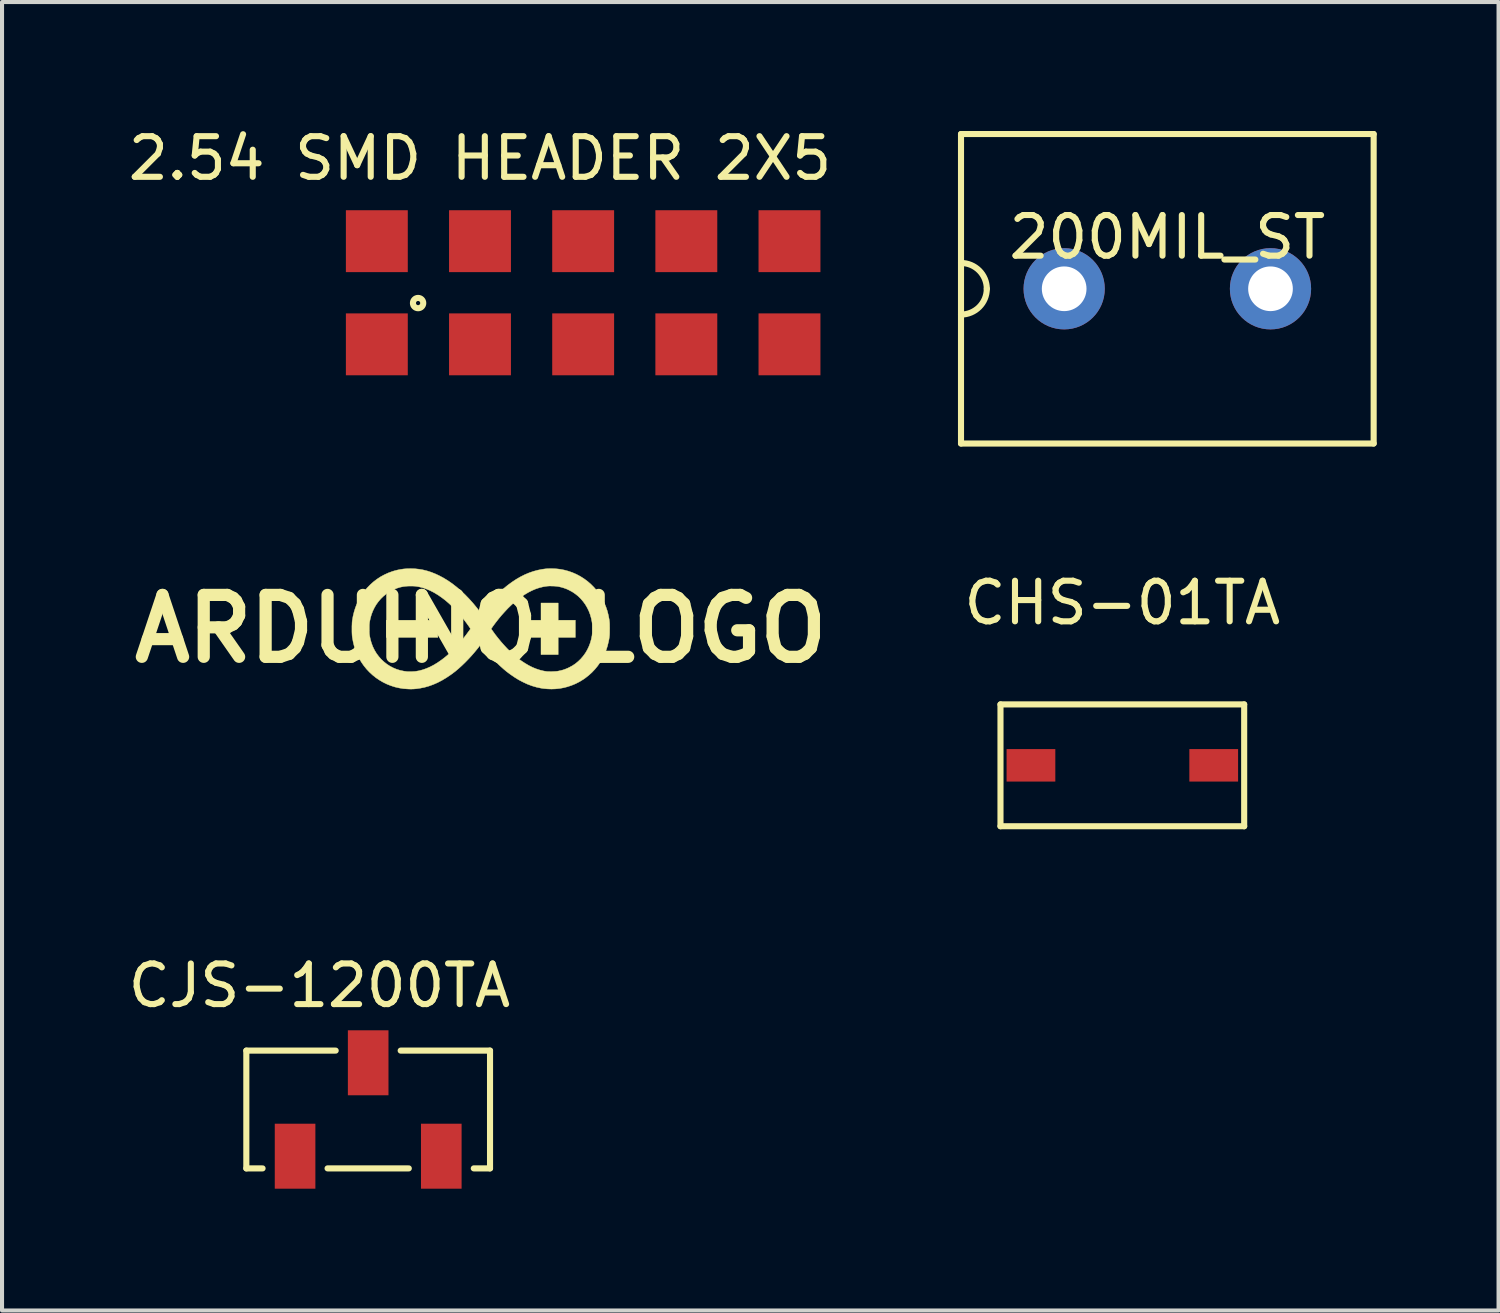
<source format=kicad_pcb>
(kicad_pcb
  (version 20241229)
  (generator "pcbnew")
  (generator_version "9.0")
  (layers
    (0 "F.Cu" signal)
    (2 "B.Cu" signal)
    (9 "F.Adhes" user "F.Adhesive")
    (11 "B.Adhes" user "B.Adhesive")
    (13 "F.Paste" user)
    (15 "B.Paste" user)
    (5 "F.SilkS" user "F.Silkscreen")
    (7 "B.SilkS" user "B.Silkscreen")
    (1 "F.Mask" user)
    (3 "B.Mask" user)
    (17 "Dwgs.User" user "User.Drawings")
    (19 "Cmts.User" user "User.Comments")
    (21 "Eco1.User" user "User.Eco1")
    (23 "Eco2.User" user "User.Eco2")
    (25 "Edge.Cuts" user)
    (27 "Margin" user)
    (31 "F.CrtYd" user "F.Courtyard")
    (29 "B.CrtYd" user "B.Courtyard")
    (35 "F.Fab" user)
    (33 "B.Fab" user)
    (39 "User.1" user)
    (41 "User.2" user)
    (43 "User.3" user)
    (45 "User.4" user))
  (footprint "200MIL_ST"
    (layer "F.Cu")
    (at 25.691 0.25)
    (property "Reference" "200MIL_ST" (at 0 2.54 0) (layer "F.SilkS") (effects (font (size 1 1) (thickness 0.15))))
    (attr through_hole)
    (fp_line (start -5.08 0) (end -5.08 7.62) (stroke (width 0.15) (type solid)) (layer "F.SilkS"))
    (fp_line (start -5.08 0) (end 5.08 0) (stroke (width 0.15) (type solid)) (layer "F.SilkS"))
    (fp_line (start 5.08 0) (end 5.08 7.62) (stroke (width 0.15) (type solid)) (layer "F.SilkS"))
    (fp_line (start 5.08 7.62) (end -5.08 7.62) (stroke (width 0.15) (type solid)) (layer "F.SilkS"))
    (fp_arc (start -5.08 3.175) (mid -4.630987 3.360987) (end -4.445 3.81) (stroke (width 0.15) (type solid)) (layer "F.SilkS"))
    (fp_arc (start -4.445 3.81) (mid -4.630987 4.259013) (end -5.08 4.445) (stroke (width 0.15) (type solid)) (layer "F.SilkS"))
    (pad "1" thru_hole circle (at -2.54 3.81) (size 2 2) (drill 1.1) (layers "*.Cu" "*.Mask"))
    (pad "2" thru_hole circle (at 2.54 3.81) (size 2 2) (drill 1.1) (layers "*.Cu" "*.Mask")))
  (footprint "CHS-01TA"
    (layer "F.Cu")
    (at 24.583 11.293)
    (property "Reference" "CHS-01TA" (at 0 0.5 0) (layer "F.SilkS") (effects (font (size 1 1) (thickness 0.15))))
    (attr through_hole)
    (fp_line (start -3 3) (end 3 3) (stroke (width 0.15) (type solid)) (layer "F.SilkS"))
    (fp_line (start -3 6) (end -3 3) (stroke (width 0.15) (type solid)) (layer "F.SilkS"))
    (fp_line (start 3 3) (end 3 6) (stroke (width 0.15) (type solid)) (layer "F.SilkS"))
    (fp_line (start 3 6) (end -3 6) (stroke (width 0.15) (type solid)) (layer "F.SilkS"))
    (pad "1" connect rect (at -2.25 4.5) (size 1.2 0.8) (layers "F.Cu" "F.Mask"))
    (pad "2" connect rect (at 2.25 4.5) (size 1.2 0.8) (layers "F.Cu" "F.Mask")))
  (footprint "ARDUINO LOGO"
    (layer "F.Cu")
    (at 8.788 12.432)
    (property "Reference" "ARDUINO LOGO" (at 0 0 0) (layer "F.SilkS") (effects (font (size 1.524 1.524) (thickness 0.3))))
    (attr through_hole)
    (fp_poly (pts (xy -1.058 0.212) (xy -2.328 0.212) (xy -2.328 -0.212) (xy -1.058 -0.212) (xy -1.058 0.212)) (stroke (width 0.01) (type solid)) (fill yes) (layer "F.SilkS"))
    (fp_poly (pts (xy 1.905 -0.212) (xy 2.328 -0.212) (xy 2.328 0.212) (xy 1.905 0.212) (xy 1.905 0.635) (xy 1.482 0.635) (xy 1.482 0.212) (xy 1.058 0.212) (xy 1.058 -0.212) (xy 1.482 -0.212) (xy 1.482 -0.635) (xy 1.905 -0.635) (xy 1.905 -0.212)) (stroke (width 0.01) (type solid)) (fill yes) (layer "F.SilkS"))
    (fp_poly (pts (xy 1.749 -1.482) (xy 1.812 -1.48) (xy 1.873 -1.476) (xy 1.932 -1.469) (xy 1.95 -1.467) (xy 2.055 -1.447) (xy 2.158 -1.419) (xy 2.258 -1.384) (xy 2.356 -1.341) (xy 2.45 -1.291) (xy 2.54 -1.234) (xy 2.626 -1.171) (xy 2.707 -1.101) (xy 2.783 -1.025) (xy 2.853 -0.944) (xy 2.917 -0.857) (xy 2.931 -0.834) (xy 2.989 -0.739) (xy 3.039 -0.642) (xy 3.08 -0.541) (xy 3.115 -0.438) (xy 3.142 -0.33) (xy 3.145 -0.313) (xy 3.152 -0.278) (xy 3.158 -0.246) (xy 3.163 -0.218) (xy 3.166 -0.191) (xy 3.169 -0.163) (xy 3.171 -0.134) (xy 3.172 -0.101) (xy 3.172 -0.064) (xy 3.173 -0.02) (xy 3.173 0) (xy 3.172 0.047) (xy 3.172 0.087) (xy 3.171 0.121) (xy 3.17 0.151) (xy 3.167 0.18) (xy 3.164 0.207) (xy 3.16 0.235) (xy 3.155 0.265) (xy 3.148 0.298) (xy 3.145 0.313) (xy 3.119 0.422) (xy 3.085 0.528) (xy 3.044 0.63) (xy 2.995 0.729) (xy 2.94 0.822) (xy 2.878 0.912) (xy 2.809 0.996) (xy 2.734 1.075) (xy 2.653 1.148) (xy 2.566 1.216) (xy 2.522 1.246) (xy 2.429 1.303) (xy 2.333 1.352) (xy 2.234 1.393) (xy 2.131 1.427) (xy 2.043 1.45) (xy 1.944 1.468) (xy 1.842 1.479) (xy 1.738 1.483) (xy 1.635 1.479) (xy 1.533 1.469) (xy 1.477 1.46) (xy 1.368 1.436) (xy 1.259 1.404) (xy 1.15 1.363) (xy 1.042 1.313) (xy 0.933 1.256) (xy 0.825 1.189) (xy 0.717 1.114) (xy 0.633 1.051) (xy 0.558 0.988) (xy 0.48 0.918) (xy 0.401 0.843) (xy 0.322 0.762) (xy 0.243 0.678) (xy 0.166 0.59) (xy 0.092 0.501) (xy 0.021 0.411) (xy 0.01 0.396) (xy 0 0.383) (xy -0.01 0.396) (xy -0.08 0.486) (xy -0.154 0.576) (xy -0.23 0.664) (xy -0.309 0.749) (xy -0.388 0.83) (xy -0.467 0.906) (xy -0.545 0.977) (xy -0.621 1.041) (xy -0.633 1.051) (xy -0.74 1.131) (xy -0.847 1.203) (xy -0.954 1.267) (xy -1.061 1.323) (xy -1.168 1.37) (xy -1.275 1.409) (xy -1.383 1.44) (xy -1.492 1.462) (xy -1.581 1.475) (xy -1.623 1.479) (xy -1.663 1.482) (xy -1.703 1.483) (xy -1.747 1.483) (xy -1.796 1.481) (xy -1.799 1.481) (xy -1.906 1.473) (xy -2.012 1.456) (xy -2.115 1.432) (xy -2.215 1.4) (xy -2.313 1.361) (xy -2.407 1.315) (xy -2.497 1.262) (xy -2.584 1.203) (xy -2.666 1.137) (xy -2.743 1.066) (xy -2.815 0.989) (xy -2.881 0.907) (xy -2.942 0.819) (xy -2.996 0.726) (xy -3.044 0.629) (xy -3.084 0.53) (xy -3.117 0.429) (xy -3.143 0.323) (xy -3.163 0.213) (xy -3.165 0.199) (xy -3.168 0.174) (xy -3.17 0.142) (xy -3.172 0.105) (xy -3.173 0.064) (xy -3.173 0.021) (xy -3.173 0) (xy -2.745 0) (xy -2.745 0.04) (xy -2.745 0.072) (xy -2.744 0.099) (xy -2.743 0.122) (xy -2.741 0.142) (xy -2.738 0.16) (xy -2.738 0.165) (xy -2.719 0.26) (xy -2.692 0.352) (xy -2.659 0.44) (xy -2.618 0.524) (xy -2.57 0.604) (xy -2.515 0.678) (xy -2.454 0.748) (xy -2.453 0.749) (xy -2.386 0.812) (xy -2.314 0.869) (xy -2.237 0.919) (xy -2.157 0.961) (xy -2.073 0.996) (xy -1.986 1.023) (xy -1.895 1.042) (xy -1.829 1.051) (xy -1.81 1.053) (xy -1.784 1.053) (xy -1.754 1.054) (xy -1.722 1.053) (xy -1.69 1.053) (xy -1.659 1.051) (xy -1.633 1.05) (xy -1.613 1.048) (xy -1.612 1.048) (xy -1.522 1.033) (xy -1.432 1.009) (xy -1.34 0.977) (xy -1.248 0.937) (xy -1.154 0.888) (xy -1.061 0.831) (xy -0.966 0.765) (xy -0.895 0.711) (xy -0.819 0.648) (xy -0.742 0.578) (xy -0.665 0.501) (xy -0.587 0.42) (xy -0.51 0.334) (xy -0.436 0.244) (xy -0.364 0.152) (xy -0.295 0.058) (xy -0.284 0.043) (xy -0.254 0) (xy 0.254 0) (xy 0.285 0.043) (xy 0.352 0.137) (xy 0.424 0.229) (xy 0.498 0.319) (xy 0.574 0.405) (xy 0.651 0.488) (xy 0.729 0.565) (xy 0.806 0.636) (xy 0.881 0.7) (xy 0.895 0.711) (xy 0.99 0.783) (xy 1.085 0.846) (xy 1.18 0.902) (xy 1.273 0.949) (xy 1.367 0.987) (xy 1.459 1.017) (xy 1.551 1.039) (xy 1.607 1.048) (xy 1.634 1.051) (xy 1.668 1.052) (xy 1.706 1.053) (xy 1.747 1.053) (xy 1.788 1.051) (xy 1.827 1.049) (xy 1.862 1.047) (xy 1.892 1.043) (xy 1.899 1.042) (xy 1.965 1.028) (xy 2.026 1.012) (xy 2.085 0.991) (xy 2.145 0.966) (xy 2.174 0.952) (xy 2.254 0.909) (xy 2.329 0.859) (xy 2.398 0.802) (xy 2.462 0.74) (xy 2.521 0.671) (xy 2.574 0.598) (xy 2.62 0.52) (xy 2.66 0.437) (xy 2.693 0.35) (xy 2.719 0.26) (xy 2.738 0.166) (xy 2.738 0.165) (xy 2.74 0.147) (xy 2.742 0.127) (xy 2.744 0.106) (xy 2.745 0.08) (xy 2.745 0.049) (xy 2.745 0.011) (xy 2.745 0) (xy 2.745 -0.04) (xy 2.745 -0.072) (xy 2.744 -0.099) (xy 2.743 -0.122) (xy 2.741 -0.142) (xy 2.738 -0.16) (xy 2.738 -0.165) (xy 2.719 -0.259) (xy 2.693 -0.35) (xy 2.66 -0.437) (xy 2.62 -0.519) (xy 2.574 -0.598) (xy 2.521 -0.671) (xy 2.463 -0.739) (xy 2.399 -0.802) (xy 2.329 -0.858) (xy 2.254 -0.909) (xy 2.174 -0.952) (xy 2.174 -0.952) (xy 2.112 -0.981) (xy 2.052 -1.003) (xy 1.991 -1.022) (xy 1.926 -1.037) (xy 1.899 -1.042) (xy 1.867 -1.046) (xy 1.83 -1.05) (xy 1.788 -1.052) (xy 1.746 -1.053) (xy 1.704 -1.054) (xy 1.665 -1.053) (xy 1.632 -1.05) (xy 1.629 -1.05) (xy 1.539 -1.036) (xy 1.449 -1.014) (xy 1.357 -0.984) (xy 1.265 -0.945) (xy 1.172 -0.898) (xy 1.078 -0.842) (xy 0.984 -0.779) (xy 0.895 -0.711) (xy 0.819 -0.648) (xy 0.743 -0.578) (xy 0.665 -0.502) (xy 0.588 -0.42) (xy 0.511 -0.334) (xy 0.437 -0.245) (xy 0.365 -0.153) (xy 0.296 -0.06) (xy 0.285 -0.043) (xy 0.254 0) (xy -0.254 0) (xy -0.254 -0.001) (xy -0.272 -0.029) (xy -0.28 -0.041) (xy -0.292 -0.059) (xy -0.307 -0.08) (xy -0.324 -0.103) (xy -0.341 -0.127) (xy -0.342 -0.129) (xy -0.427 -0.241) (xy -0.514 -0.347) (xy -0.602 -0.446) (xy -0.691 -0.538) (xy -0.781 -0.623) (xy -0.873 -0.702) (xy -0.965 -0.772) (xy -1.057 -0.835) (xy -1.149 -0.891) (xy -1.242 -0.939) (xy -1.334 -0.978) (xy -1.426 -1.01) (xy -1.45 -1.016) (xy -1.507 -1.031) (xy -1.561 -1.041) (xy -1.614 -1.049) (xy -1.668 -1.052) (xy -1.726 -1.053) (xy -1.759 -1.053) (xy -1.837 -1.049) (xy -1.909 -1.04) (xy -1.978 -1.026) (xy -2.046 -1.006) (xy -2.115 -0.98) (xy -2.174 -0.952) (xy -2.254 -0.909) (xy -2.329 -0.859) (xy -2.398 -0.802) (xy -2.462 -0.74) (xy -2.521 -0.671) (xy -2.574 -0.598) (xy -2.62 -0.52) (xy -2.66 -0.437) (xy -2.693 -0.35) (xy -2.719 -0.26) (xy -2.738 -0.166) (xy -2.738 -0.165) (xy -2.74 -0.147) (xy -2.742 -0.127) (xy -2.744 -0.106) (xy -2.745 -0.08) (xy -2.745 -0.049) (xy -2.745 -0.011) (xy -2.745 0) (xy -3.173 0) (xy -3.173 -0.023) (xy -3.173 -0.066) (xy -3.171 -0.107) (xy -3.17 -0.144) (xy -3.168 -0.175) (xy -3.165 -0.199) (xy -3.146 -0.311) (xy -3.12 -0.417) (xy -3.088 -0.52) (xy -3.049 -0.618) (xy -3.003 -0.713) (xy -2.949 -0.807) (xy -2.931 -0.834) (xy -2.869 -0.923) (xy -2.799 -1.007) (xy -2.724 -1.084) (xy -2.644 -1.156) (xy -2.558 -1.222) (xy -2.468 -1.281) (xy -2.374 -1.332) (xy -2.275 -1.377) (xy -2.174 -1.414) (xy -2.127 -1.428) (xy -2.05 -1.448) (xy -1.974 -1.463) (xy -1.898 -1.474) (xy -1.818 -1.48) (xy -1.733 -1.482) (xy -1.727 -1.482) (xy -1.624 -1.479) (xy -1.523 -1.468) (xy -1.422 -1.451) (xy -1.323 -1.426) (xy -1.223 -1.394) (xy -1.122 -1.354) (xy -1.027 -1.31) (xy -0.918 -1.252) (xy -0.81 -1.186) (xy -0.703 -1.112) (xy -0.598 -1.03) (xy -0.493 -0.941) (xy -0.39 -0.843) (xy -0.288 -0.738) (xy -0.188 -0.626) (xy -0.168 -0.602) (xy -0.145 -0.574) (xy -0.121 -0.545) (xy -0.096 -0.514) (xy -0.072 -0.483) (xy -0.05 -0.454) (xy -0.03 -0.429) (xy -0.015 -0.408) (xy -0.013 -0.405) (xy 0.002 -0.385) (xy 0.01 -0.397) (xy 0.043 -0.44) (xy 0.08 -0.487) (xy 0.121 -0.537) (xy 0.166 -0.59) (xy 0.212 -0.643) (xy 0.259 -0.695) (xy 0.306 -0.746) (xy 0.351 -0.793) (xy 0.351 -0.793) (xy 0.455 -0.895) (xy 0.559 -0.988) (xy 0.663 -1.074) (xy 0.767 -1.15) (xy 0.871 -1.219) (xy 0.976 -1.28) (xy 1.081 -1.333) (xy 1.188 -1.378) (xy 1.295 -1.415) (xy 1.403 -1.444) (xy 1.512 -1.466) (xy 1.581 -1.475) (xy 1.632 -1.48) (xy 1.689 -1.482) (xy 1.749 -1.482)) (stroke (width 0.01) (type solid)) (fill yes) (layer "F.SilkS")))
  (footprint "CJS-1200TA"
    (layer "F.Cu")
    (at 6.015 24.317)
    (property "Reference" "CJS-1200TA" (at -1.2 -3.1 0) (layer "F.SilkS") (effects (font (size 1 1) (thickness 0.15))))
    (attr through_hole)
    (fp_line (start -3 -1.5) (end -3 1.4) (stroke (width 0.15) (type solid)) (layer "F.SilkS"))
    (fp_line (start -3 -1.5) (end -0.8 -1.5) (stroke (width 0.15) (type solid)) (layer "F.SilkS"))
    (fp_line (start -3 1.4) (end -2.6 1.4) (stroke (width 0.15) (type solid)) (layer "F.SilkS"))
    (fp_line (start -1 1.4) (end 1 1.4) (stroke (width 0.15) (type solid)) (layer "F.SilkS"))
    (fp_line (start 0.8 -1.5) (end 3 -1.5) (stroke (width 0.15) (type solid)) (layer "F.SilkS"))
    (fp_line (start 2.6 1.4) (end 3 1.4) (stroke (width 0.15) (type solid)) (layer "F.SilkS"))
    (fp_line (start 3 -1.5) (end 3 1.4) (stroke (width 0.15) (type solid)) (layer "F.SilkS"))
    (pad "1" smd rect (at 1.8 1.1) (size 1 1.6) (layers "F.Cu" "F.Mask" "F.Paste"))
    (pad "2" smd rect (at 0 -1.2) (size 1 1.6) (layers "F.Cu" "F.Mask" "F.Paste"))
    (pad "3" smd rect (at -1.8 1.1) (size 1 1.6) (layers "F.Cu" "F.Mask" "F.Paste")))
  (footprint "2.54 SMD HEADER 2X5"
    (layer "F.Cu")
    (at 8.768 0.348)
    (property "Reference" "2.54 SMD HEADER 2X5" (at 0 0.5 0) (layer "F.SilkS") (effects (font (size 1 1) (thickness 0.15))))
    (attr through_hole)
    (fp_circle (center -1.524 4.064) (end -1.524 4.191) (stroke (width 0.15) (type solid)) (fill no) (layer "F.SilkS"))
    (pad "1" connect rect (at -2.54 5.08) (size 1.524 1.524) (layers "F.Cu" "F.Mask"))
    (pad "2" connect rect (at -2.54 2.54) (size 1.524 1.524) (layers "F.Cu" "F.Mask"))
    (pad "3" connect rect (at 0 5.08) (size 1.524 1.524) (layers "F.Cu" "F.Mask"))
    (pad "4" connect rect (at 0 2.54) (size 1.524 1.524) (layers "F.Cu" "F.Mask"))
    (pad "5" connect rect (at 2.54 5.08) (size 1.524 1.524) (layers "F.Cu" "F.Mask"))
    (pad "6" connect rect (at 2.54 2.54) (size 1.524 1.524) (layers "F.Cu" "F.Mask"))
    (pad "7" connect rect (at 5.08 5.08) (size 1.524 1.524) (layers "F.Cu" "F.Mask"))
    (pad "8" connect rect (at 5.08 2.54) (size 1.524 1.524) (layers "F.Cu" "F.Mask"))
    (pad "9" connect rect (at 7.62 5.08) (size 1.524 1.524) (layers "F.Cu" "F.Mask"))
    (pad "10" connect rect (at 7.62 2.54) (size 1.524 1.524) (layers "F.Cu" "F.Mask")))
  (gr_rect
    (start -3 -3)
    (end 33.846 29.216)
    (stroke (width 0.1) (type default))
    (fill no)
    (layer "Edge.Cuts")))
</source>
